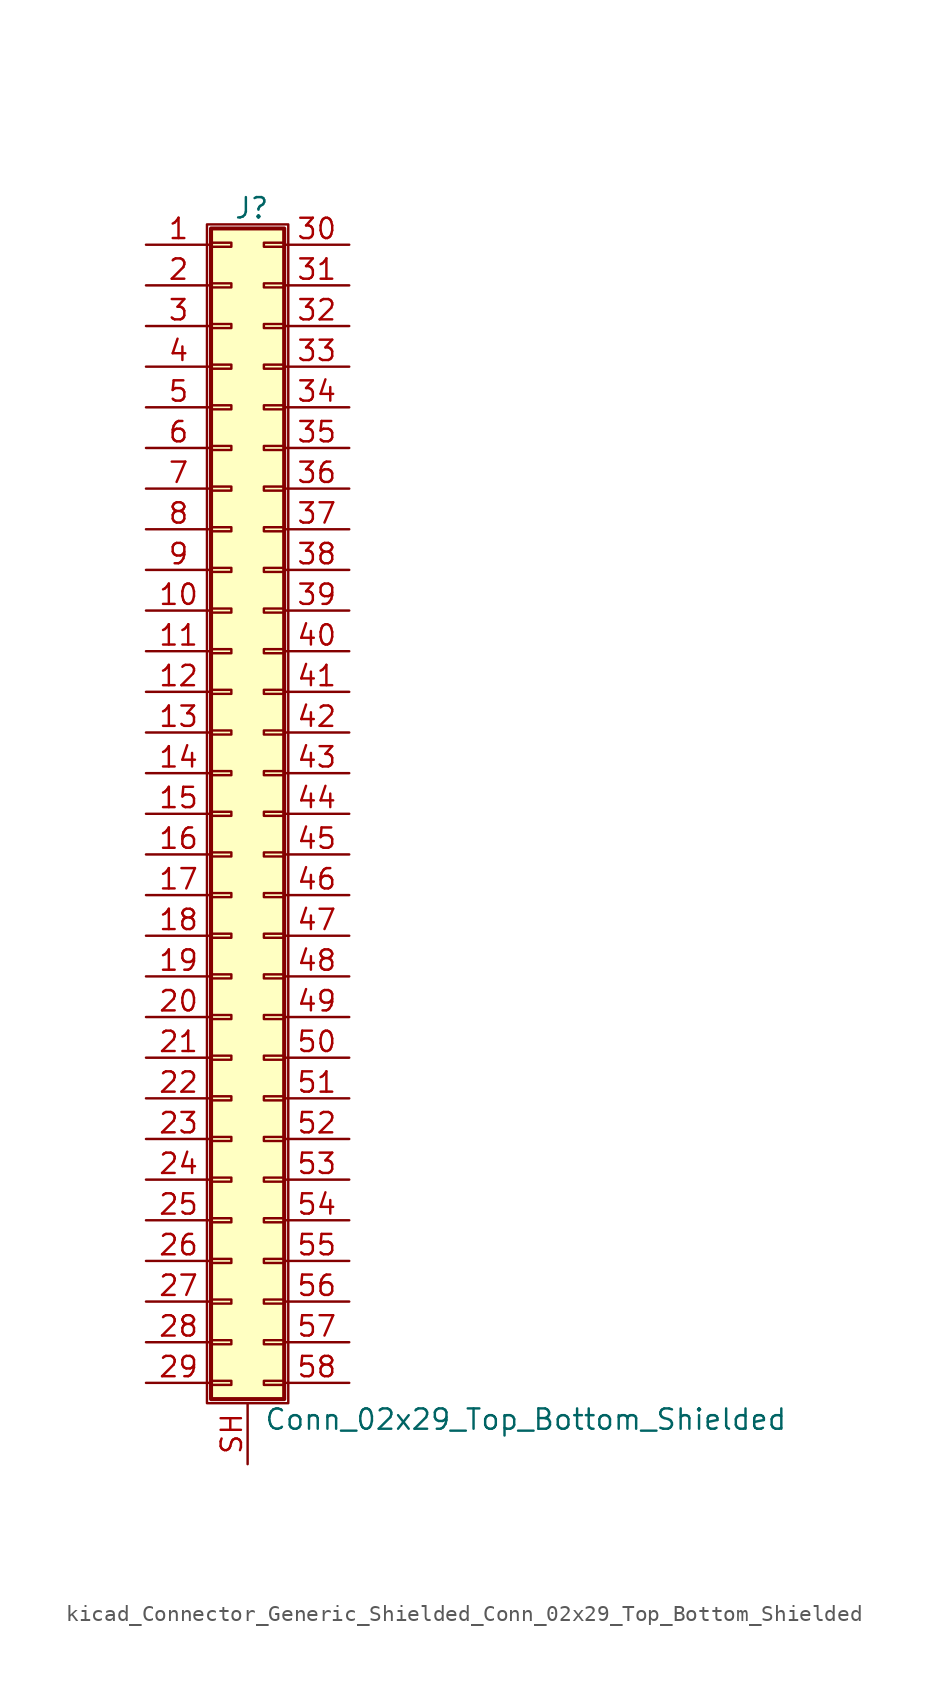
<source format=kicad_sym>
(kicad_symbol_lib
  (version 20220914)
  (generator kicad_symbol_editor)
  (symbol "kicad_Connector_Generic_Shielded_Conn_02x29_Top_Bottom_Shielded"
    (pin_names
      (offset 1.016) hide)
    (property "Reference" "J"
      (at 1.524 37.846 0)
      (effects (font (size 1.27 1.27))))
    (property "Value" "Conn_02x29_Top_Bottom_Shielded"
      (at 2.286 -37.846 0)
      (effects (font (size 1.27 1.27)) (justify left)))
    (symbol "kicad_Connector_Generic_Shielded_Conn_02x29_Top_Bottom_Shielded_1_1"
      (rectangle (start -1.27 36.83) (end 3.81 -36.83) (stroke (width 0.152) (type default)) (fill (type none)))
      (rectangle (start -1.016 -35.433) (end 0.254 -35.687) (stroke (width 0.152) (type default)) (fill (type none)))
      (rectangle (start -1.016 -32.893) (end 0.254 -33.147) (stroke (width 0.152) (type default)) (fill (type none)))
      (rectangle (start -1.016 -30.353) (end 0.254 -30.607) (stroke (width 0.152) (type default)) (fill (type none)))
      (rectangle (start -1.016 -27.813) (end 0.254 -28.067) (stroke (width 0.152) (type default)) (fill (type none)))
      (rectangle (start -1.016 -25.273) (end 0.254 -25.527) (stroke (width 0.152) (type default)) (fill (type none)))
      (rectangle (start -1.016 -22.733) (end 0.254 -22.987) (stroke (width 0.152) (type default)) (fill (type none)))
      (rectangle (start -1.016 -20.193) (end 0.254 -20.447) (stroke (width 0.152) (type default)) (fill (type none)))
      (rectangle (start -1.016 -17.653) (end 0.254 -17.907) (stroke (width 0.152) (type default)) (fill (type none)))
      (rectangle (start -1.016 -15.113) (end 0.254 -15.367) (stroke (width 0.152) (type default)) (fill (type none)))
      (rectangle (start -1.016 -12.573) (end 0.254 -12.827) (stroke (width 0.152) (type default)) (fill (type none)))
      (rectangle (start -1.016 -10.033) (end 0.254 -10.287) (stroke (width 0.152) (type default)) (fill (type none)))
      (rectangle (start -1.016 -7.493) (end 0.254 -7.747) (stroke (width 0.152) (type default)) (fill (type none)))
      (rectangle (start -1.016 -4.953) (end 0.254 -5.207) (stroke (width 0.152) (type default)) (fill (type none)))
      (rectangle (start -1.016 -2.413) (end 0.254 -2.667) (stroke (width 0.152) (type default)) (fill (type none)))
      (rectangle (start -1.016 0.127) (end 0.254 -0.127) (stroke (width 0.152) (type default)) (fill (type none)))
      (rectangle (start -1.016 2.667) (end 0.254 2.413) (stroke (width 0.152) (type default)) (fill (type none)))
      (rectangle (start -1.016 5.207) (end 0.254 4.953) (stroke (width 0.152) (type default)) (fill (type none)))
      (rectangle (start -1.016 7.747) (end 0.254 7.493) (stroke (width 0.152) (type default)) (fill (type none)))
      (rectangle (start -1.016 10.287) (end 0.254 10.033) (stroke (width 0.152) (type default)) (fill (type none)))
      (rectangle (start -1.016 12.827) (end 0.254 12.573) (stroke (width 0.152) (type default)) (fill (type none)))
      (rectangle (start -1.016 15.367) (end 0.254 15.113) (stroke (width 0.152) (type default)) (fill (type none)))
      (rectangle (start -1.016 17.907) (end 0.254 17.653) (stroke (width 0.152) (type default)) (fill (type none)))
      (rectangle (start -1.016 20.447) (end 0.254 20.193) (stroke (width 0.152) (type default)) (fill (type none)))
      (rectangle (start -1.016 22.987) (end 0.254 22.733) (stroke (width 0.152) (type default)) (fill (type none)))
      (rectangle (start -1.016 25.527) (end 0.254 25.273) (stroke (width 0.152) (type default)) (fill (type none)))
      (rectangle (start -1.016 28.067) (end 0.254 27.813) (stroke (width 0.152) (type default)) (fill (type none)))
      (rectangle (start -1.016 30.607) (end 0.254 30.353) (stroke (width 0.152) (type default)) (fill (type none)))
      (rectangle (start -1.016 33.147) (end 0.254 32.893) (stroke (width 0.152) (type default)) (fill (type none)))
      (rectangle (start -1.016 35.687) (end 0.254 35.433) (stroke (width 0.152) (type default)) (fill (type none)))
      (rectangle (start -1.016 36.576) (end 3.556 -36.576) (stroke (width 0.254) (type default)) (fill (type background)))
      (rectangle (start 3.556 -35.433) (end 2.286 -35.687) (stroke (width 0.152) (type default)) (fill (type none)))
      (rectangle (start 3.556 -32.893) (end 2.286 -33.147) (stroke (width 0.152) (type default)) (fill (type none)))
      (rectangle (start 3.556 -30.353) (end 2.286 -30.607) (stroke (width 0.152) (type default)) (fill (type none)))
      (rectangle (start 3.556 -27.813) (end 2.286 -28.067) (stroke (width 0.152) (type default)) (fill (type none)))
      (rectangle (start 3.556 -25.273) (end 2.286 -25.527) (stroke (width 0.152) (type default)) (fill (type none)))
      (rectangle (start 3.556 -22.733) (end 2.286 -22.987) (stroke (width 0.152) (type default)) (fill (type none)))
      (rectangle (start 3.556 -20.193) (end 2.286 -20.447) (stroke (width 0.152) (type default)) (fill (type none)))
      (rectangle (start 3.556 -17.653) (end 2.286 -17.907) (stroke (width 0.152) (type default)) (fill (type none)))
      (rectangle (start 3.556 -15.113) (end 2.286 -15.367) (stroke (width 0.152) (type default)) (fill (type none)))
      (rectangle (start 3.556 -12.573) (end 2.286 -12.827) (stroke (width 0.152) (type default)) (fill (type none)))
      (rectangle (start 3.556 -10.033) (end 2.286 -10.287) (stroke (width 0.152) (type default)) (fill (type none)))
      (rectangle (start 3.556 -7.493) (end 2.286 -7.747) (stroke (width 0.152) (type default)) (fill (type none)))
      (rectangle (start 3.556 -4.953) (end 2.286 -5.207) (stroke (width 0.152) (type default)) (fill (type none)))
      (rectangle (start 3.556 -2.413) (end 2.286 -2.667) (stroke (width 0.152) (type default)) (fill (type none)))
      (rectangle (start 3.556 0.127) (end 2.286 -0.127) (stroke (width 0.152) (type default)) (fill (type none)))
      (rectangle (start 3.556 2.667) (end 2.286 2.413) (stroke (width 0.152) (type default)) (fill (type none)))
      (rectangle (start 3.556 5.207) (end 2.286 4.953) (stroke (width 0.152) (type default)) (fill (type none)))
      (rectangle (start 3.556 7.747) (end 2.286 7.493) (stroke (width 0.152) (type default)) (fill (type none)))
      (rectangle (start 3.556 10.287) (end 2.286 10.033) (stroke (width 0.152) (type default)) (fill (type none)))
      (rectangle (start 3.556 12.827) (end 2.286 12.573) (stroke (width 0.152) (type default)) (fill (type none)))
      (rectangle (start 3.556 15.367) (end 2.286 15.113) (stroke (width 0.152) (type default)) (fill (type none)))
      (rectangle (start 3.556 17.907) (end 2.286 17.653) (stroke (width 0.152) (type default)) (fill (type none)))
      (rectangle (start 3.556 20.447) (end 2.286 20.193) (stroke (width 0.152) (type default)) (fill (type none)))
      (rectangle (start 3.556 22.987) (end 2.286 22.733) (stroke (width 0.152) (type default)) (fill (type none)))
      (rectangle (start 3.556 25.527) (end 2.286 25.273) (stroke (width 0.152) (type default)) (fill (type none)))
      (rectangle (start 3.556 28.067) (end 2.286 27.813) (stroke (width 0.152) (type default)) (fill (type none)))
      (rectangle (start 3.556 30.607) (end 2.286 30.353) (stroke (width 0.152) (type default)) (fill (type none)))
      (rectangle (start 3.556 33.147) (end 2.286 32.893) (stroke (width 0.152) (type default)) (fill (type none)))
      (rectangle (start 3.556 35.687) (end 2.286 35.433) (stroke (width 0.152) (type default)) (fill (type none)))
      (pin passive line (at -5.08 35.56 0) (length 4.064) (name "Pin_1" (effects (font (size 1.27 1.27)))) (number "1" (effects (font (size 1.27 1.27)))))
      (pin passive line (at -5.08 12.7 0) (length 4.064) (name "Pin_10" (effects (font (size 1.27 1.27)))) (number "10" (effects (font (size 1.27 1.27)))))
      (pin passive line (at -5.08 10.16 0) (length 4.064) (name "Pin_11" (effects (font (size 1.27 1.27)))) (number "11" (effects (font (size 1.27 1.27)))))
      (pin passive line (at -5.08 7.62 0) (length 4.064) (name "Pin_12" (effects (font (size 1.27 1.27)))) (number "12" (effects (font (size 1.27 1.27)))))
      (pin passive line (at -5.08 5.08 0) (length 4.064) (name "Pin_13" (effects (font (size 1.27 1.27)))) (number "13" (effects (font (size 1.27 1.27)))))
      (pin passive line (at -5.08 2.54 0) (length 4.064) (name "Pin_14" (effects (font (size 1.27 1.27)))) (number "14" (effects (font (size 1.27 1.27)))))
      (pin passive line (at -5.08 0 0) (length 4.064) (name "Pin_15" (effects (font (size 1.27 1.27)))) (number "15" (effects (font (size 1.27 1.27)))))
      (pin passive line (at -5.08 -2.54 0) (length 4.064) (name "Pin_16" (effects (font (size 1.27 1.27)))) (number "16" (effects (font (size 1.27 1.27)))))
      (pin passive line (at -5.08 -5.08 0) (length 4.064) (name "Pin_17" (effects (font (size 1.27 1.27)))) (number "17" (effects (font (size 1.27 1.27)))))
      (pin passive line (at -5.08 -7.62 0) (length 4.064) (name "Pin_18" (effects (font (size 1.27 1.27)))) (number "18" (effects (font (size 1.27 1.27)))))
      (pin passive line (at -5.08 -10.16 0) (length 4.064) (name "Pin_19" (effects (font (size 1.27 1.27)))) (number "19" (effects (font (size 1.27 1.27)))))
      (pin passive line (at -5.08 33.02 0) (length 4.064) (name "Pin_2" (effects (font (size 1.27 1.27)))) (number "2" (effects (font (size 1.27 1.27)))))
      (pin passive line (at -5.08 -12.7 0) (length 4.064) (name "Pin_20" (effects (font (size 1.27 1.27)))) (number "20" (effects (font (size 1.27 1.27)))))
      (pin passive line (at -5.08 -15.24 0) (length 4.064) (name "Pin_21" (effects (font (size 1.27 1.27)))) (number "21" (effects (font (size 1.27 1.27)))))
      (pin passive line (at -5.08 -17.78 0) (length 4.064) (name "Pin_22" (effects (font (size 1.27 1.27)))) (number "22" (effects (font (size 1.27 1.27)))))
      (pin passive line (at -5.08 -20.32 0) (length 4.064) (name "Pin_23" (effects (font (size 1.27 1.27)))) (number "23" (effects (font (size 1.27 1.27)))))
      (pin passive line (at -5.08 -22.86 0) (length 4.064) (name "Pin_24" (effects (font (size 1.27 1.27)))) (number "24" (effects (font (size 1.27 1.27)))))
      (pin passive line (at -5.08 -25.4 0) (length 4.064) (name "Pin_25" (effects (font (size 1.27 1.27)))) (number "25" (effects (font (size 1.27 1.27)))))
      (pin passive line (at -5.08 -27.94 0) (length 4.064) (name "Pin_26" (effects (font (size 1.27 1.27)))) (number "26" (effects (font (size 1.27 1.27)))))
      (pin passive line (at -5.08 -30.48 0) (length 4.064) (name "Pin_27" (effects (font (size 1.27 1.27)))) (number "27" (effects (font (size 1.27 1.27)))))
      (pin passive line (at -5.08 -33.02 0) (length 4.064) (name "Pin_28" (effects (font (size 1.27 1.27)))) (number "28" (effects (font (size 1.27 1.27)))))
      (pin passive line (at -5.08 -35.56 0) (length 4.064) (name "Pin_29" (effects (font (size 1.27 1.27)))) (number "29" (effects (font (size 1.27 1.27)))))
      (pin passive line (at -5.08 30.48 0) (length 4.064) (name "Pin_3" (effects (font (size 1.27 1.27)))) (number "3" (effects (font (size 1.27 1.27)))))
      (pin passive line (at 7.62 35.56 180) (length 4.064) (name "Pin_30" (effects (font (size 1.27 1.27)))) (number "30" (effects (font (size 1.27 1.27)))))
      (pin passive line (at 7.62 33.02 180) (length 4.064) (name "Pin_31" (effects (font (size 1.27 1.27)))) (number "31" (effects (font (size 1.27 1.27)))))
      (pin passive line (at 7.62 30.48 180) (length 4.064) (name "Pin_32" (effects (font (size 1.27 1.27)))) (number "32" (effects (font (size 1.27 1.27)))))
      (pin passive line (at 7.62 27.94 180) (length 4.064) (name "Pin_33" (effects (font (size 1.27 1.27)))) (number "33" (effects (font (size 1.27 1.27)))))
      (pin passive line (at 7.62 25.4 180) (length 4.064) (name "Pin_34" (effects (font (size 1.27 1.27)))) (number "34" (effects (font (size 1.27 1.27)))))
      (pin passive line (at 7.62 22.86 180) (length 4.064) (name "Pin_35" (effects (font (size 1.27 1.27)))) (number "35" (effects (font (size 1.27 1.27)))))
      (pin passive line (at 7.62 20.32 180) (length 4.064) (name "Pin_36" (effects (font (size 1.27 1.27)))) (number "36" (effects (font (size 1.27 1.27)))))
      (pin passive line (at 7.62 17.78 180) (length 4.064) (name "Pin_37" (effects (font (size 1.27 1.27)))) (number "37" (effects (font (size 1.27 1.27)))))
      (pin passive line (at 7.62 15.24 180) (length 4.064) (name "Pin_38" (effects (font (size 1.27 1.27)))) (number "38" (effects (font (size 1.27 1.27)))))
      (pin passive line (at 7.62 12.7 180) (length 4.064) (name "Pin_39" (effects (font (size 1.27 1.27)))) (number "39" (effects (font (size 1.27 1.27)))))
      (pin passive line (at -5.08 27.94 0) (length 4.064) (name "Pin_4" (effects (font (size 1.27 1.27)))) (number "4" (effects (font (size 1.27 1.27)))))
      (pin passive line (at 7.62 10.16 180) (length 4.064) (name "Pin_40" (effects (font (size 1.27 1.27)))) (number "40" (effects (font (size 1.27 1.27)))))
      (pin passive line (at 7.62 7.62 180) (length 4.064) (name "Pin_41" (effects (font (size 1.27 1.27)))) (number "41" (effects (font (size 1.27 1.27)))))
      (pin passive line (at 7.62 5.08 180) (length 4.064) (name "Pin_42" (effects (font (size 1.27 1.27)))) (number "42" (effects (font (size 1.27 1.27)))))
      (pin passive line (at 7.62 2.54 180) (length 4.064) (name "Pin_43" (effects (font (size 1.27 1.27)))) (number "43" (effects (font (size 1.27 1.27)))))
      (pin passive line (at 7.62 0 180) (length 4.064) (name "Pin_44" (effects (font (size 1.27 1.27)))) (number "44" (effects (font (size 1.27 1.27)))))
      (pin passive line (at 7.62 -2.54 180) (length 4.064) (name "Pin_45" (effects (font (size 1.27 1.27)))) (number "45" (effects (font (size 1.27 1.27)))))
      (pin passive line (at 7.62 -5.08 180) (length 4.064) (name "Pin_46" (effects (font (size 1.27 1.27)))) (number "46" (effects (font (size 1.27 1.27)))))
      (pin passive line (at 7.62 -7.62 180) (length 4.064) (name "Pin_47" (effects (font (size 1.27 1.27)))) (number "47" (effects (font (size 1.27 1.27)))))
      (pin passive line (at 7.62 -10.16 180) (length 4.064) (name "Pin_48" (effects (font (size 1.27 1.27)))) (number "48" (effects (font (size 1.27 1.27)))))
      (pin passive line (at 7.62 -12.7 180) (length 4.064) (name "Pin_49" (effects (font (size 1.27 1.27)))) (number "49" (effects (font (size 1.27 1.27)))))
      (pin passive line (at -5.08 25.4 0) (length 4.064) (name "Pin_5" (effects (font (size 1.27 1.27)))) (number "5" (effects (font (size 1.27 1.27)))))
      (pin passive line (at 7.62 -15.24 180) (length 4.064) (name "Pin_50" (effects (font (size 1.27 1.27)))) (number "50" (effects (font (size 1.27 1.27)))))
      (pin passive line (at 7.62 -17.78 180) (length 4.064) (name "Pin_51" (effects (font (size 1.27 1.27)))) (number "51" (effects (font (size 1.27 1.27)))))
      (pin passive line (at 7.62 -20.32 180) (length 4.064) (name "Pin_52" (effects (font (size 1.27 1.27)))) (number "52" (effects (font (size 1.27 1.27)))))
      (pin passive line (at 7.62 -22.86 180) (length 4.064) (name "Pin_53" (effects (font (size 1.27 1.27)))) (number "53" (effects (font (size 1.27 1.27)))))
      (pin passive line (at 7.62 -25.4 180) (length 4.064) (name "Pin_54" (effects (font (size 1.27 1.27)))) (number "54" (effects (font (size 1.27 1.27)))))
      (pin passive line (at 7.62 -27.94 180) (length 4.064) (name "Pin_55" (effects (font (size 1.27 1.27)))) (number "55" (effects (font (size 1.27 1.27)))))
      (pin passive line (at 7.62 -30.48 180) (length 4.064) (name "Pin_56" (effects (font (size 1.27 1.27)))) (number "56" (effects (font (size 1.27 1.27)))))
      (pin passive line (at 7.62 -33.02 180) (length 4.064) (name "Pin_57" (effects (font (size 1.27 1.27)))) (number "57" (effects (font (size 1.27 1.27)))))
      (pin passive line (at 7.62 -35.56 180) (length 4.064) (name "Pin_58" (effects (font (size 1.27 1.27)))) (number "58" (effects (font (size 1.27 1.27)))))
      (pin passive line (at -5.08 22.86 0) (length 4.064) (name "Pin_6" (effects (font (size 1.27 1.27)))) (number "6" (effects (font (size 1.27 1.27)))))
      (pin passive line (at -5.08 20.32 0) (length 4.064) (name "Pin_7" (effects (font (size 1.27 1.27)))) (number "7" (effects (font (size 1.27 1.27)))))
      (pin passive line (at -5.08 17.78 0) (length 4.064) (name "Pin_8" (effects (font (size 1.27 1.27)))) (number "8" (effects (font (size 1.27 1.27)))))
      (pin passive line (at -5.08 15.24 0) (length 4.064) (name "Pin_9" (effects (font (size 1.27 1.27)))) (number "9" (effects (font (size 1.27 1.27)))))
      (pin passive line (at 1.27 -40.64 90) (length 3.81) (name "Shield" (effects (font (size 1.27 1.27)))) (number "SH" (effects (font (size 1.27 1.27))))))))
</source>
